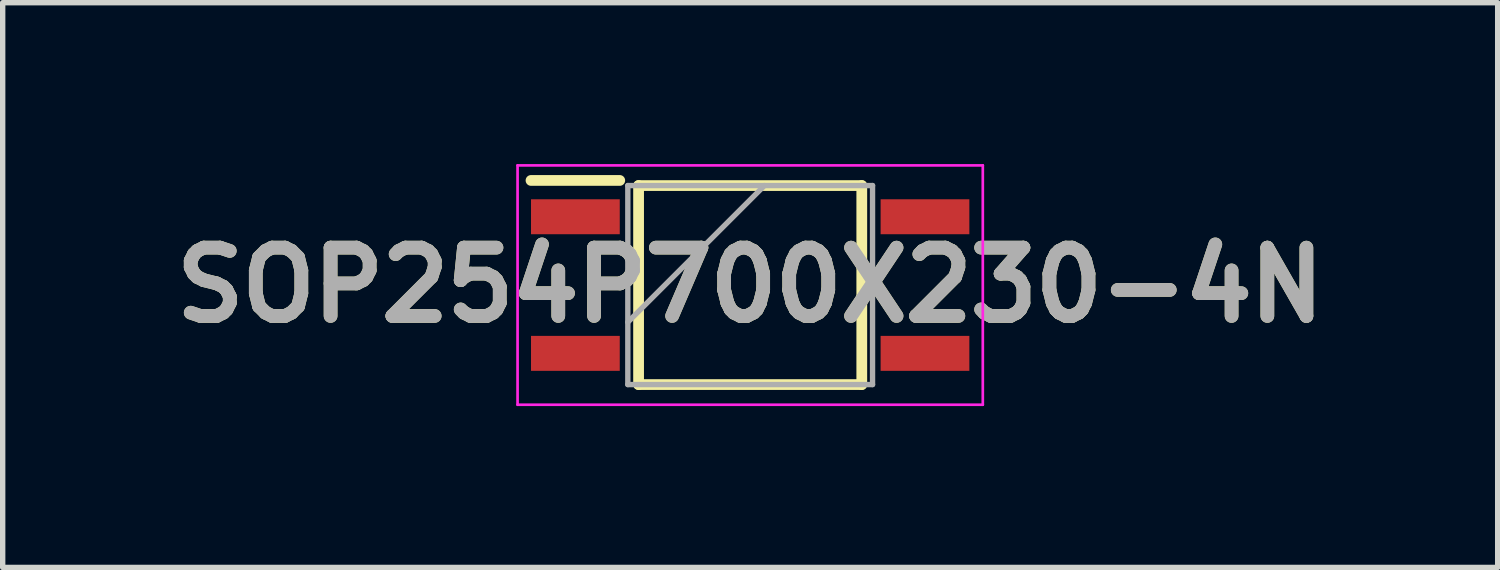
<source format=kicad_pcb>
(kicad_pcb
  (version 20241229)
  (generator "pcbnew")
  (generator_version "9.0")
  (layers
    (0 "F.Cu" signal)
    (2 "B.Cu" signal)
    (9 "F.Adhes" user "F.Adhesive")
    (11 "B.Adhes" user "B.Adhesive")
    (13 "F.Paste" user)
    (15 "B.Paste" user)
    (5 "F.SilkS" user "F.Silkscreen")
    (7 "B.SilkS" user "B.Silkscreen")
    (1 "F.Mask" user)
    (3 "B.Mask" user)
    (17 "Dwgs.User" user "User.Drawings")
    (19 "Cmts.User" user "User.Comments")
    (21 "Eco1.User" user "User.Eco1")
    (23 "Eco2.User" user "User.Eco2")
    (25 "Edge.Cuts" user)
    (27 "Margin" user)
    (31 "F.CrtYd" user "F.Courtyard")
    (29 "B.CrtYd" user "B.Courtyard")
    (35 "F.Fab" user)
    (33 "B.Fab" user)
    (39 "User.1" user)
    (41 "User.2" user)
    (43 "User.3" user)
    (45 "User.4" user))
  (footprint "SOP254P700X230-4N"
    (layer "F.Cu")
    (at 10.898 2.25)
    (property "Reference" "SOP254P700X230-4N" (at 0 0 0) (layer "F.SilkS") (effects (font (size 1.27 1.27) (thickness 0.254))))
    (attr smd)
    (fp_line (start -4.075 -1.945) (end -2.425 -1.945) (stroke (width 0.2) (type solid)) (layer "F.SilkS"))
    (fp_line (start -2.075 -1.85) (end 2.075 -1.85) (stroke (width 0.2) (type solid)) (layer "F.SilkS"))
    (fp_line (start -2.075 1.85) (end -2.075 -1.85) (stroke (width 0.2) (type solid)) (layer "F.SilkS"))
    (fp_line (start 2.075 -1.85) (end 2.075 1.85) (stroke (width 0.2) (type solid)) (layer "F.SilkS"))
    (fp_line (start 2.075 1.85) (end -2.075 1.85) (stroke (width 0.2) (type solid)) (layer "F.SilkS"))
    (fp_line (start -4.325 -2.225) (end 4.325 -2.225) (stroke (width 0.05) (type solid)) (layer "F.CrtYd"))
    (fp_line (start -4.325 2.225) (end -4.325 -2.225) (stroke (width 0.05) (type solid)) (layer "F.CrtYd"))
    (fp_line (start 4.325 -2.225) (end 4.325 2.225) (stroke (width 0.05) (type solid)) (layer "F.CrtYd"))
    (fp_line (start 4.325 2.225) (end -4.325 2.225) (stroke (width 0.05) (type solid)) (layer "F.CrtYd"))
    (fp_line (start -2.275 -1.85) (end 2.275 -1.85) (stroke (width 0.1) (type solid)) (layer "F.Fab"))
    (fp_line (start -2.275 0.69) (end 0.265 -1.85) (stroke (width 0.1) (type solid)) (layer "F.Fab"))
    (fp_line (start -2.275 1.85) (end -2.275 -1.85) (stroke (width 0.1) (type solid)) (layer "F.Fab"))
    (fp_line (start 2.275 -1.85) (end 2.275 1.85) (stroke (width 0.1) (type solid)) (layer "F.Fab"))
    (fp_line (start 2.275 1.85) (end -2.275 1.85) (stroke (width 0.1) (type solid)) (layer "F.Fab"))
    (fp_text user "${REFERENCE}" (at 0 0 0) (layer "F.Fab") (effects (font (size 1.27 1.27) (thickness 0.254))))
    (pad "1" smd rect (at -3.25 -1.27 90) (size 0.65 1.65) (layers "F.Cu" "F.Mask" "F.Paste"))
    (pad "2" smd rect (at -3.25 1.27 90) (size 0.65 1.65) (layers "F.Cu" "F.Mask" "F.Paste"))
    (pad "3" smd rect (at 3.25 1.27 90) (size 0.65 1.65) (layers "F.Cu" "F.Mask" "F.Paste"))
    (pad "4" smd rect (at 3.25 -1.27 90) (size 0.65 1.65) (layers "F.Cu" "F.Mask" "F.Paste")))
  (gr_rect
    (start -3 -3)
    (end 24.796 7.5)
    (stroke (width 0.1) (type default))
    (fill no)
    (layer "Edge.Cuts")))
</source>
